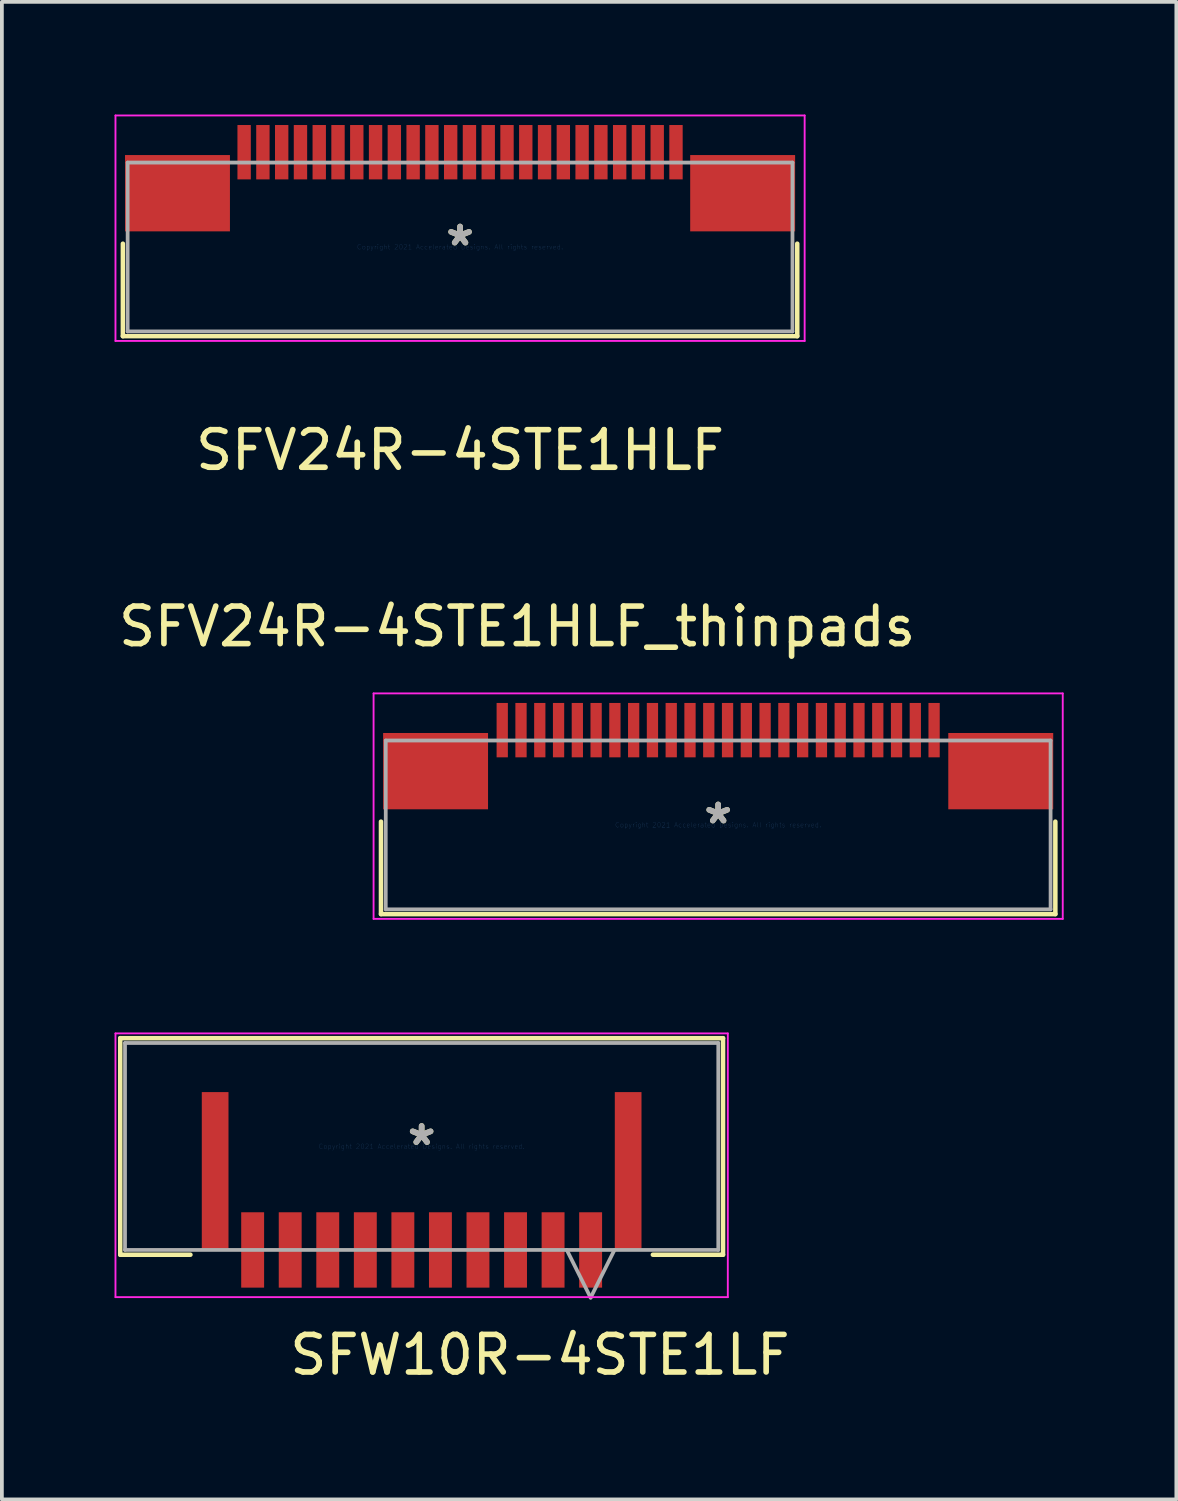
<source format=kicad_pcb>
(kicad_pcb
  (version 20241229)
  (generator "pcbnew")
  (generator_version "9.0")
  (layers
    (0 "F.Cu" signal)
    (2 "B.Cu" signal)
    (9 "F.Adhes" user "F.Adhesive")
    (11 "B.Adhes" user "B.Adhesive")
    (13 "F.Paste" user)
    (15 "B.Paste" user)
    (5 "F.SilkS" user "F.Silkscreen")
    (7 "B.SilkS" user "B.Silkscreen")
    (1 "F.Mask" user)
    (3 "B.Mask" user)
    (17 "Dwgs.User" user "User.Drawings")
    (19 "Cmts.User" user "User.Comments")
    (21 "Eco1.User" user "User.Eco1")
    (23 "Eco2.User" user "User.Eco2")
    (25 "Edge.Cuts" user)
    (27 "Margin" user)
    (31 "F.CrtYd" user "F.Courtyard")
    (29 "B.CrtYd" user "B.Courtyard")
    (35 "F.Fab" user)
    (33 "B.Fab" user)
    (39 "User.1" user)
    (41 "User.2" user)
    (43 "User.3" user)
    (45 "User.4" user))
  (footprint "SFV24R-4STE1HLF_thinpads"
    (layer "F.Cu")
    (at 16.074 18.917)
    (property "Reference" "SFV24R-4STE1HLF_thinpads" (at -5.354 -5.283 180) (layer "F.SilkS") (effects (font (size 1 1) (thickness 0.15))))
    (attr through_hole)
    (fp_line (start -8.979 -0.088) (end -8.979 2.375) (stroke (width 0.12) (type solid)) (layer "F.SilkS"))
    (fp_line (start -8.979 2.375) (end 8.979 2.375) (stroke (width 0.12) (type solid)) (layer "F.SilkS"))
    (fp_line (start 8.979 2.375) (end 8.979 -0.088) (stroke (width 0.12) (type solid)) (layer "F.SilkS"))
    (fp_line (start -9.176 -3.502) (end -9.176 2.502) (stroke (width 0.05) (type solid)) (layer "F.CrtYd"))
    (fp_line (start -9.176 2.502) (end 9.176 2.502) (stroke (width 0.05) (type solid)) (layer "F.CrtYd"))
    (fp_line (start 9.176 -3.502) (end -9.176 -3.502) (stroke (width 0.05) (type solid)) (layer "F.CrtYd"))
    (fp_line (start 9.176 2.502) (end 9.176 -3.502) (stroke (width 0.05) (type solid)) (layer "F.CrtYd"))
    (fp_line (start -8.852 -2.248) (end -8.852 2.248) (stroke (width 0.1) (type solid)) (layer "F.Fab"))
    (fp_line (start -8.852 2.248) (end 8.852 2.248) (stroke (width 0.1) (type solid)) (layer "F.Fab"))
    (fp_line (start 8.852 -2.248) (end -8.852 -2.248) (stroke (width 0.1) (type solid)) (layer "F.Fab"))
    (fp_line (start 8.852 2.248) (end 8.852 -2.248) (stroke (width 0.1) (type solid)) (layer "F.Fab"))
    (fp_text user "*" (at 0 0 180) (layer "F.SilkS") (effects (font (size 1 1) (thickness 0.15))))
    (fp_text user "Copyright 2021 Accelerated Designs. All rights reserved." (at 0 0 180) (layer "Cmts.User") (effects (font (size 0.127 0.127) (thickness 0.002))))
    (fp_text user "*" (at 0 0 180) (layer "F.Fab") (effects (font (size 1 1) (thickness 0.15))))
    (pad "1" smd rect (at -5.75 -2.524) (size 0.3 1.448) (layers "F.Cu" "F.Mask" "F.Paste"))
    (pad "2" smd rect (at -5.25 -2.524) (size 0.3 1.448) (layers "F.Cu" "F.Mask" "F.Paste"))
    (pad "3" smd rect (at -4.75 -2.524) (size 0.3 1.448) (layers "F.Cu" "F.Mask" "F.Paste"))
    (pad "4" smd rect (at -4.25 -2.524) (size 0.3 1.448) (layers "F.Cu" "F.Mask" "F.Paste"))
    (pad "5" smd rect (at -3.75 -2.524) (size 0.3 1.448) (layers "F.Cu" "F.Mask" "F.Paste"))
    (pad "6" smd rect (at -3.25 -2.524) (size 0.3 1.448) (layers "F.Cu" "F.Mask" "F.Paste"))
    (pad "7" smd rect (at -2.75 -2.524) (size 0.3 1.448) (layers "F.Cu" "F.Mask" "F.Paste"))
    (pad "8" smd rect (at -2.25 -2.524) (size 0.3 1.448) (layers "F.Cu" "F.Mask" "F.Paste"))
    (pad "9" smd rect (at -1.75 -2.524) (size 0.3 1.448) (layers "F.Cu" "F.Mask" "F.Paste"))
    (pad "10" smd rect (at -1.25 -2.524) (size 0.3 1.448) (layers "F.Cu" "F.Mask" "F.Paste"))
    (pad "11" smd rect (at -0.75 -2.524) (size 0.3 1.448) (layers "F.Cu" "F.Mask" "F.Paste"))
    (pad "12" smd rect (at -0.25 -2.524) (size 0.3 1.448) (layers "F.Cu" "F.Mask" "F.Paste"))
    (pad "13" smd rect (at 0.25 -2.524) (size 0.3 1.448) (layers "F.Cu" "F.Mask" "F.Paste"))
    (pad "14" smd rect (at 0.75 -2.524) (size 0.3 1.448) (layers "F.Cu" "F.Mask" "F.Paste"))
    (pad "15" smd rect (at 1.25 -2.524) (size 0.3 1.448) (layers "F.Cu" "F.Mask" "F.Paste"))
    (pad "16" smd rect (at 1.75 -2.524) (size 0.3 1.448) (layers "F.Cu" "F.Mask" "F.Paste"))
    (pad "17" smd rect (at 2.25 -2.524) (size 0.3 1.448) (layers "F.Cu" "F.Mask" "F.Paste"))
    (pad "18" smd rect (at 2.75 -2.524) (size 0.3 1.448) (layers "F.Cu" "F.Mask" "F.Paste"))
    (pad "19" smd rect (at 3.25 -2.524) (size 0.3 1.448) (layers "F.Cu" "F.Mask" "F.Paste"))
    (pad "20" smd rect (at 3.75 -2.524) (size 0.3 1.448) (layers "F.Cu" "F.Mask" "F.Paste"))
    (pad "21" smd rect (at 4.25 -2.524) (size 0.3 1.448) (layers "F.Cu" "F.Mask" "F.Paste"))
    (pad "22" smd rect (at 4.75 -2.524) (size 0.3 1.448) (layers "F.Cu" "F.Mask" "F.Paste"))
    (pad "23" smd rect (at 5.25 -2.524) (size 0.3 1.448) (layers "F.Cu" "F.Mask" "F.Paste"))
    (pad "24" smd rect (at 5.75 -2.524) (size 0.3 1.448) (layers "F.Cu" "F.Mask" "F.Paste"))
    (pad "25" smd rect (at -7.525 -1.432) (size 2.794 2.032) (layers "F.Cu" "F.Mask" "F.Paste"))
    (pad "26" smd rect (at 7.525 -1.432) (size 2.794 2.032) (layers "F.Cu" "F.Mask" "F.Paste")))
  (footprint "SFV24R-4STE1HLF"
    (layer "F.Cu")
    (at 9.201 3.527)
    (property "Reference" "SFV24R-4STE1HLF" (at 0 5.41 0) (layer "F.SilkS") (effects (font (size 1 1) (thickness 0.15))))
    (attr through_hole)
    (fp_line (start -8.979 -0.088) (end -8.979 2.375) (stroke (width 0.12) (type solid)) (layer "F.SilkS"))
    (fp_line (start -8.979 2.375) (end 8.979 2.375) (stroke (width 0.12) (type solid)) (layer "F.SilkS"))
    (fp_line (start 8.979 2.375) (end 8.979 -0.088) (stroke (width 0.12) (type solid)) (layer "F.SilkS"))
    (fp_line (start -9.176 -3.502) (end -9.176 2.502) (stroke (width 0.05) (type solid)) (layer "F.CrtYd"))
    (fp_line (start -9.176 2.502) (end 9.176 2.502) (stroke (width 0.05) (type solid)) (layer "F.CrtYd"))
    (fp_line (start 9.176 -3.502) (end -9.176 -3.502) (stroke (width 0.05) (type solid)) (layer "F.CrtYd"))
    (fp_line (start 9.176 2.502) (end 9.176 -3.502) (stroke (width 0.05) (type solid)) (layer "F.CrtYd"))
    (fp_line (start -8.852 -2.248) (end -8.852 2.248) (stroke (width 0.1) (type solid)) (layer "F.Fab"))
    (fp_line (start -8.852 2.248) (end 8.852 2.248) (stroke (width 0.1) (type solid)) (layer "F.Fab"))
    (fp_line (start 8.852 -2.248) (end -8.852 -2.248) (stroke (width 0.1) (type solid)) (layer "F.Fab"))
    (fp_line (start 8.852 2.248) (end 8.852 -2.248) (stroke (width 0.1) (type solid)) (layer "F.Fab"))
    (fp_text user "*" (at 0 0 180) (layer "F.SilkS") (effects (font (size 1 1) (thickness 0.15))))
    (fp_text user "Copyright 2021 Accelerated Designs. All rights reserved." (at 0 0 180) (layer "Cmts.User") (effects (font (size 0.127 0.127) (thickness 0.002))))
    (fp_text user "*" (at 0 0 180) (layer "F.Fab") (effects (font (size 1 1) (thickness 0.15))))
    (pad "1" smd rect (at -5.75 -2.524) (size 0.356 1.448) (layers "F.Cu" "F.Mask" "F.Paste"))
    (pad "2" smd rect (at -5.25 -2.524) (size 0.356 1.448) (layers "F.Cu" "F.Mask" "F.Paste"))
    (pad "3" smd rect (at -4.75 -2.524) (size 0.356 1.448) (layers "F.Cu" "F.Mask" "F.Paste"))
    (pad "4" smd rect (at -4.25 -2.524) (size 0.356 1.448) (layers "F.Cu" "F.Mask" "F.Paste"))
    (pad "5" smd rect (at -3.75 -2.524) (size 0.356 1.448) (layers "F.Cu" "F.Mask" "F.Paste"))
    (pad "6" smd rect (at -3.25 -2.524) (size 0.356 1.448) (layers "F.Cu" "F.Mask" "F.Paste"))
    (pad "7" smd rect (at -2.75 -2.524) (size 0.356 1.448) (layers "F.Cu" "F.Mask" "F.Paste"))
    (pad "8" smd rect (at -2.25 -2.524) (size 0.356 1.448) (layers "F.Cu" "F.Mask" "F.Paste"))
    (pad "9" smd rect (at -1.75 -2.524) (size 0.356 1.448) (layers "F.Cu" "F.Mask" "F.Paste"))
    (pad "10" smd rect (at -1.25 -2.524) (size 0.356 1.448) (layers "F.Cu" "F.Mask" "F.Paste"))
    (pad "11" smd rect (at -0.75 -2.524) (size 0.356 1.448) (layers "F.Cu" "F.Mask" "F.Paste"))
    (pad "12" smd rect (at -0.25 -2.524) (size 0.356 1.448) (layers "F.Cu" "F.Mask" "F.Paste"))
    (pad "13" smd rect (at 0.25 -2.524) (size 0.356 1.448) (layers "F.Cu" "F.Mask" "F.Paste"))
    (pad "14" smd rect (at 0.75 -2.524) (size 0.356 1.448) (layers "F.Cu" "F.Mask" "F.Paste"))
    (pad "15" smd rect (at 1.25 -2.524) (size 0.356 1.448) (layers "F.Cu" "F.Mask" "F.Paste"))
    (pad "16" smd rect (at 1.75 -2.524) (size 0.356 1.448) (layers "F.Cu" "F.Mask" "F.Paste"))
    (pad "17" smd rect (at 2.25 -2.524) (size 0.356 1.448) (layers "F.Cu" "F.Mask" "F.Paste"))
    (pad "18" smd rect (at 2.75 -2.524) (size 0.356 1.448) (layers "F.Cu" "F.Mask" "F.Paste"))
    (pad "19" smd rect (at 3.25 -2.524) (size 0.356 1.448) (layers "F.Cu" "F.Mask" "F.Paste"))
    (pad "20" smd rect (at 3.75 -2.524) (size 0.356 1.448) (layers "F.Cu" "F.Mask" "F.Paste"))
    (pad "21" smd rect (at 4.25 -2.524) (size 0.356 1.448) (layers "F.Cu" "F.Mask" "F.Paste"))
    (pad "22" smd rect (at 4.75 -2.524) (size 0.356 1.448) (layers "F.Cu" "F.Mask" "F.Paste"))
    (pad "23" smd rect (at 5.25 -2.524) (size 0.356 1.448) (layers "F.Cu" "F.Mask" "F.Paste"))
    (pad "24" smd rect (at 5.75 -2.524) (size 0.356 1.448) (layers "F.Cu" "F.Mask" "F.Paste"))
    (pad "25" smd rect (at -7.525 -1.432) (size 2.794 2.032) (layers "F.Cu" "F.Mask" "F.Paste"))
    (pad "26" smd rect (at 7.525 -1.432) (size 2.794 2.032) (layers "F.Cu" "F.Mask" "F.Paste")))
  (footprint "SFW10R-4STE1LF"
    (layer "F.Cu")
    (at 8.178 27.479)
    (property "Reference" "SFW10R-4STE1LF" (at 3.15 5.55 180) (layer "F.SilkS") (effects (font (size 1 1) (thickness 0.15))))
    (attr through_hole)
    (fp_line (start -8.026 -2.883) (end -8.026 2.883) (stroke (width 0.12) (type solid)) (layer "F.SilkS"))
    (fp_line (start -8.026 2.883) (end -6.157 2.883) (stroke (width 0.12) (type solid)) (layer "F.SilkS"))
    (fp_line (start 6.157 2.883) (end 8.026 2.883) (stroke (width 0.12) (type solid)) (layer "F.SilkS"))
    (fp_line (start 8.026 -2.883) (end -8.026 -2.883) (stroke (width 0.12) (type solid)) (layer "F.SilkS"))
    (fp_line (start 8.026 2.883) (end 8.026 -2.883) (stroke (width 0.12) (type solid)) (layer "F.SilkS"))
    (fp_line (start -8.153 -3.01) (end -8.153 4.013) (stroke (width 0.05) (type solid)) (layer "F.CrtYd"))
    (fp_line (start -8.153 4.013) (end 8.153 4.013) (stroke (width 0.05) (type solid)) (layer "F.CrtYd"))
    (fp_line (start 8.153 -3.01) (end -8.153 -3.01) (stroke (width 0.05) (type solid)) (layer "F.CrtYd"))
    (fp_line (start 8.153 4.013) (end 8.153 -3.01) (stroke (width 0.05) (type solid)) (layer "F.CrtYd"))
    (fp_line (start -7.899 -2.756) (end -7.899 2.756) (stroke (width 0.1) (type solid)) (layer "F.Fab"))
    (fp_line (start -7.899 2.756) (end 7.899 2.756) (stroke (width 0.1) (type solid)) (layer "F.Fab"))
    (fp_line (start 3.865 2.756) (end 4.5 4.026) (stroke (width 0.1) (type solid)) (layer "F.Fab"))
    (fp_line (start 5.135 2.756) (end 4.5 4.026) (stroke (width 0.1) (type solid)) (layer "F.Fab"))
    (fp_line (start 7.899 -2.756) (end -7.899 -2.756) (stroke (width 0.1) (type solid)) (layer "F.Fab"))
    (fp_line (start 7.899 2.756) (end 7.899 -2.756) (stroke (width 0.1) (type solid)) (layer "F.Fab"))
    (fp_text user "*" (at 0 0 0) (layer "F.SilkS") (effects (font (size 1 1) (thickness 0.15))))
    (fp_text user "Copyright 2021 Accelerated Designs. All rights reserved." (at 0 0 0) (layer "Cmts.User") (effects (font (size 0.127 0.127) (thickness 0.002))))
    (fp_text user "*" (at 0 0 0) (layer "F.Fab") (effects (font (size 1 1) (thickness 0.15))))
    (pad "1" smd rect (at 4.5 2.756) (size 0.61 2.007) (layers "F.Cu" "F.Mask" "F.Paste"))
    (pad "2" smd rect (at 3.5 2.756) (size 0.61 2.007) (layers "F.Cu" "F.Mask" "F.Paste"))
    (pad "3" smd rect (at 2.5 2.756) (size 0.61 2.007) (layers "F.Cu" "F.Mask" "F.Paste"))
    (pad "4" smd rect (at 1.5 2.756) (size 0.61 2.007) (layers "F.Cu" "F.Mask" "F.Paste"))
    (pad "5" smd rect (at 0.5 2.756) (size 0.61 2.007) (layers "F.Cu" "F.Mask" "F.Paste"))
    (pad "6" smd rect (at -0.5 2.756) (size 0.61 2.007) (layers "F.Cu" "F.Mask" "F.Paste"))
    (pad "7" smd rect (at -1.5 2.756) (size 0.61 2.007) (layers "F.Cu" "F.Mask" "F.Paste"))
    (pad "8" smd rect (at -2.5 2.756) (size 0.61 2.007) (layers "F.Cu" "F.Mask" "F.Paste"))
    (pad "9" smd rect (at -3.5 2.756) (size 0.61 2.007) (layers "F.Cu" "F.Mask" "F.Paste"))
    (pad "10" smd rect (at -4.5 2.756) (size 0.61 2.007) (layers "F.Cu" "F.Mask" "F.Paste"))
    (pad "11" smd rect (at -5.499 0.648) (size 0.711 4.191) (layers "F.Cu" "F.Mask" "F.Paste"))
    (pad "12" smd rect (at 5.499 0.648) (size 0.711 4.191) (layers "F.Cu" "F.Mask" "F.Paste")))
  (gr_rect
    (start -3 -3)
    (end 28.275 36.877)
    (stroke (width 0.1) (type default))
    (fill no)
    (layer "Edge.Cuts")))
</source>
